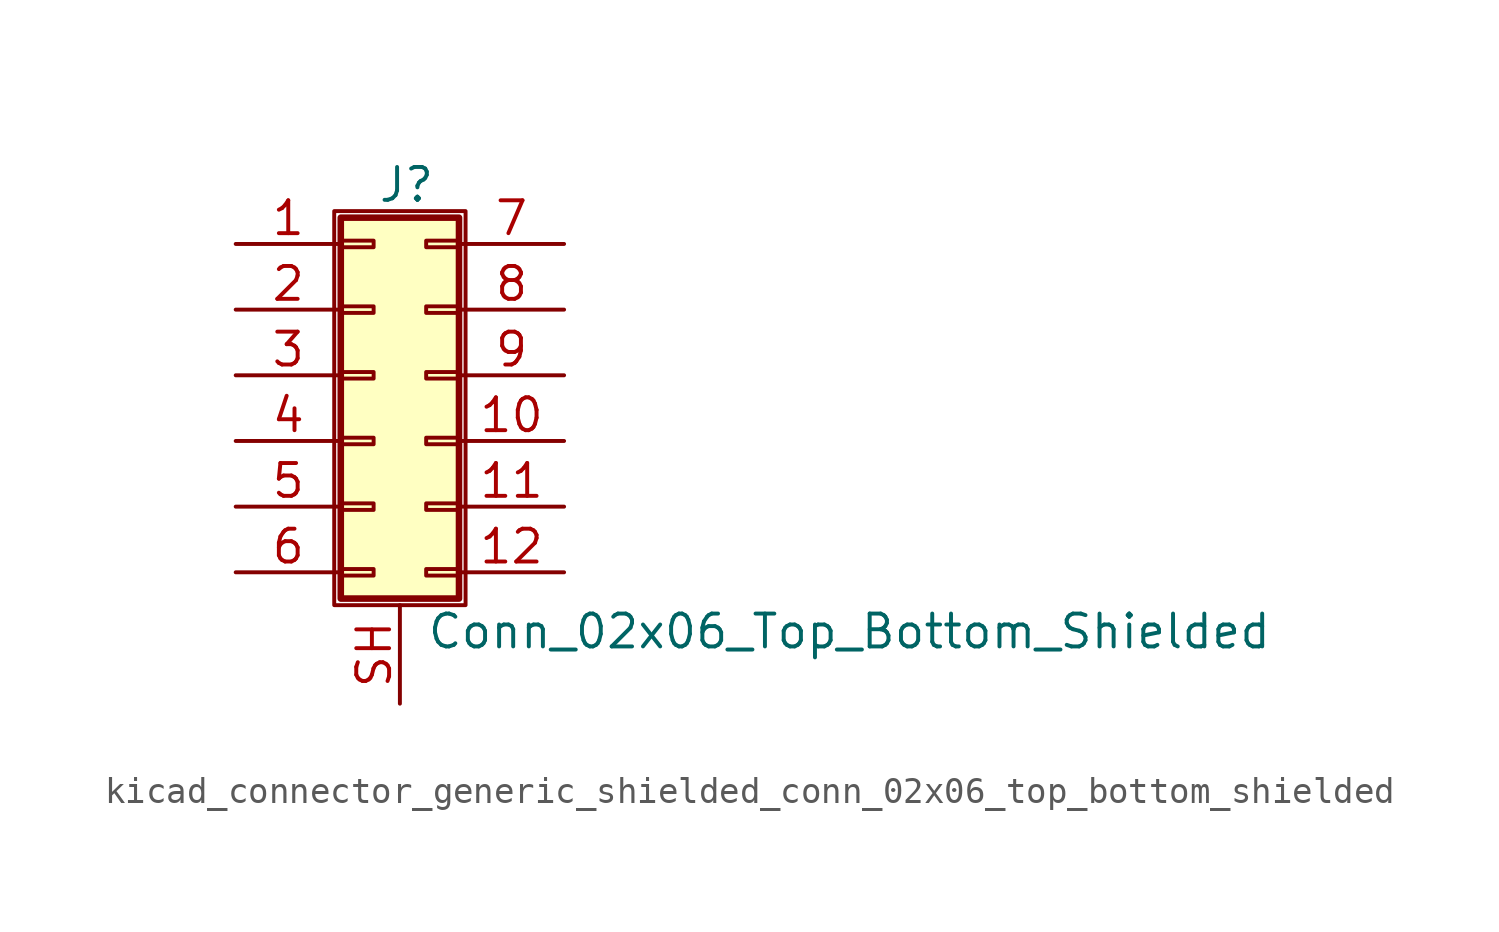
<source format=kicad_sym>
(kicad_symbol_lib
  (version 20220914)
  (generator kicad_symbol_editor)
  (symbol "kicad_connector_generic_shielded_conn_02x06_top_bottom_shielded"
    (pin_names
      (offset 1.016) hide)
    (property "Reference" "J"
      (at 1.524 7.366 0)
      (effects (font (size 1.27 1.27))))
    (property "Value" "Conn_02x06_Top_Bottom_Shielded"
      (at 2.286 -9.906 0)
      (effects (font (size 1.27 1.27)) (justify left)))
    (symbol "kicad_connector_generic_shielded_conn_02x06_top_bottom_shielded_1_1"
      (rectangle (start -1.27 6.35) (end 3.81 -8.89) (stroke (width 0.152) (type default)) (fill (type none)))
      (rectangle (start -1.016 -7.493) (end 0.254 -7.747) (stroke (width 0.152) (type default)) (fill (type none)))
      (rectangle (start -1.016 -4.953) (end 0.254 -5.207) (stroke (width 0.152) (type default)) (fill (type none)))
      (rectangle (start -1.016 -2.413) (end 0.254 -2.667) (stroke (width 0.152) (type default)) (fill (type none)))
      (rectangle (start -1.016 0.127) (end 0.254 -0.127) (stroke (width 0.152) (type default)) (fill (type none)))
      (rectangle (start -1.016 2.667) (end 0.254 2.413) (stroke (width 0.152) (type default)) (fill (type none)))
      (rectangle (start -1.016 5.207) (end 0.254 4.953) (stroke (width 0.152) (type default)) (fill (type none)))
      (rectangle (start -1.016 6.096) (end 3.556 -8.636) (stroke (width 0.254) (type default)) (fill (type background)))
      (rectangle (start 3.556 -7.493) (end 2.286 -7.747) (stroke (width 0.152) (type default)) (fill (type none)))
      (rectangle (start 3.556 -4.953) (end 2.286 -5.207) (stroke (width 0.152) (type default)) (fill (type none)))
      (rectangle (start 3.556 -2.413) (end 2.286 -2.667) (stroke (width 0.152) (type default)) (fill (type none)))
      (rectangle (start 3.556 0.127) (end 2.286 -0.127) (stroke (width 0.152) (type default)) (fill (type none)))
      (rectangle (start 3.556 2.667) (end 2.286 2.413) (stroke (width 0.152) (type default)) (fill (type none)))
      (rectangle (start 3.556 5.207) (end 2.286 4.953) (stroke (width 0.152) (type default)) (fill (type none)))
      (pin passive line (at -5.08 5.08 0) (length 4.064) (name "Pin_1" (effects (font (size 1.27 1.27)))) (number "1" (effects (font (size 1.27 1.27)))))
      (pin passive line (at 7.62 -2.54 180) (length 4.064) (name "Pin_10" (effects (font (size 1.27 1.27)))) (number "10" (effects (font (size 1.27 1.27)))))
      (pin passive line (at 7.62 -5.08 180) (length 4.064) (name "Pin_11" (effects (font (size 1.27 1.27)))) (number "11" (effects (font (size 1.27 1.27)))))
      (pin passive line (at 7.62 -7.62 180) (length 4.064) (name "Pin_12" (effects (font (size 1.27 1.27)))) (number "12" (effects (font (size 1.27 1.27)))))
      (pin passive line (at -5.08 2.54 0) (length 4.064) (name "Pin_2" (effects (font (size 1.27 1.27)))) (number "2" (effects (font (size 1.27 1.27)))))
      (pin passive line (at -5.08 0 0) (length 4.064) (name "Pin_3" (effects (font (size 1.27 1.27)))) (number "3" (effects (font (size 1.27 1.27)))))
      (pin passive line (at -5.08 -2.54 0) (length 4.064) (name "Pin_4" (effects (font (size 1.27 1.27)))) (number "4" (effects (font (size 1.27 1.27)))))
      (pin passive line (at -5.08 -5.08 0) (length 4.064) (name "Pin_5" (effects (font (size 1.27 1.27)))) (number "5" (effects (font (size 1.27 1.27)))))
      (pin passive line (at -5.08 -7.62 0) (length 4.064) (name "Pin_6" (effects (font (size 1.27 1.27)))) (number "6" (effects (font (size 1.27 1.27)))))
      (pin passive line (at 7.62 5.08 180) (length 4.064) (name "Pin_7" (effects (font (size 1.27 1.27)))) (number "7" (effects (font (size 1.27 1.27)))))
      (pin passive line (at 7.62 2.54 180) (length 4.064) (name "Pin_8" (effects (font (size 1.27 1.27)))) (number "8" (effects (font (size 1.27 1.27)))))
      (pin passive line (at 7.62 0 180) (length 4.064) (name "Pin_9" (effects (font (size 1.27 1.27)))) (number "9" (effects (font (size 1.27 1.27)))))
      (pin passive line (at 1.27 -12.7 90) (length 3.81) (name "Shield" (effects (font (size 1.27 1.27)))) (number "SH" (effects (font (size 1.27 1.27))))))))
</source>
